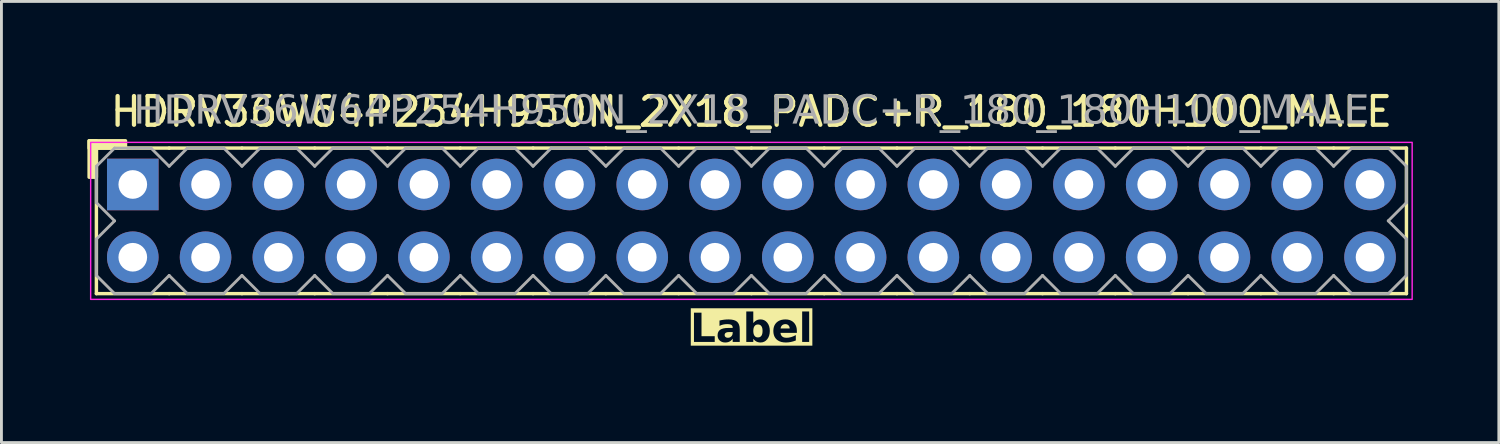
<source format=kicad_pcb>
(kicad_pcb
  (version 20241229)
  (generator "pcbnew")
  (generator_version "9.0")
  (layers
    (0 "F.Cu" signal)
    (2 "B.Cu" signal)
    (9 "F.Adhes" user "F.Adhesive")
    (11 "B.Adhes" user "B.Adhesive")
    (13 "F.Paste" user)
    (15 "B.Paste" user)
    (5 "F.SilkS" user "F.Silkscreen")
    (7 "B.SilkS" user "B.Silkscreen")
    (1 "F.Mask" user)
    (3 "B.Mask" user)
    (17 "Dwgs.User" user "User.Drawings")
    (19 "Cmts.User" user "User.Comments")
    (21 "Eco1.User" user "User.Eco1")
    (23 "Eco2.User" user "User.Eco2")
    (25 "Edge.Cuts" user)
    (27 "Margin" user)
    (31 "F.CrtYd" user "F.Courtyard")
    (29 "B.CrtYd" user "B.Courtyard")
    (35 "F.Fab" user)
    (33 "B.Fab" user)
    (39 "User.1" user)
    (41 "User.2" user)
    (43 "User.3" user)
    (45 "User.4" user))
  (footprint "HDRV36W64P254H950N_2X18_PADC+R_180_180H100_MALE"
    (layer "F.Cu")
    (at 23.174 4.658)
    (property "Reference" "HDRV36W64P254H950N_2X18_PADC+R_180_180H100_MALE" (at 0 -3.81 0) (layer "F.SilkS") (effects (font (size 1 1) (thickness 0.15))))
    (property "Label" "Label" (at 0 3.81 0) (layer "F.SilkS" knockout) (effects (font (face "Tahoma") (size 1 1) (thickness 0.2) (bold yes))))
    (attr through_hole)
    (fp_line (start -22.86 2.54) (end -22.86 -2.54) (stroke (width 0.12) (type solid)) (layer "F.SilkS"))
    (fp_line (start -20.32 -2.54) (end -22.86 -2.54) (stroke (width 0.12) (type solid)) (layer "F.SilkS"))
    (fp_line (start -20.32 2.54) (end -22.86 2.54) (stroke (width 0.12) (type solid)) (layer "F.SilkS"))
    (fp_line (start -17.78 -2.54) (end -20.32 -2.54) (stroke (width 0.12) (type solid)) (layer "F.SilkS"))
    (fp_line (start -17.78 2.54) (end -20.32 2.54) (stroke (width 0.12) (type solid)) (layer "F.SilkS"))
    (fp_line (start -15.24 -2.54) (end -17.78 -2.54) (stroke (width 0.12) (type solid)) (layer "F.SilkS"))
    (fp_line (start -15.24 2.54) (end -17.78 2.54) (stroke (width 0.12) (type solid)) (layer "F.SilkS"))
    (fp_line (start -12.7 -2.54) (end -15.24 -2.54) (stroke (width 0.12) (type solid)) (layer "F.SilkS"))
    (fp_line (start -12.7 2.54) (end -15.24 2.54) (stroke (width 0.12) (type solid)) (layer "F.SilkS"))
    (fp_line (start -10.16 -2.54) (end -12.7 -2.54) (stroke (width 0.12) (type solid)) (layer "F.SilkS"))
    (fp_line (start -10.16 2.54) (end -12.7 2.54) (stroke (width 0.12) (type solid)) (layer "F.SilkS"))
    (fp_line (start -7.62 -2.54) (end -10.16 -2.54) (stroke (width 0.12) (type solid)) (layer "F.SilkS"))
    (fp_line (start -7.62 2.54) (end -10.16 2.54) (stroke (width 0.12) (type solid)) (layer "F.SilkS"))
    (fp_line (start -5.08 -2.54) (end -7.62 -2.54) (stroke (width 0.12) (type solid)) (layer "F.SilkS"))
    (fp_line (start -5.08 2.54) (end -7.62 2.54) (stroke (width 0.12) (type solid)) (layer "F.SilkS"))
    (fp_line (start -2.54 -2.54) (end -5.08 -2.54) (stroke (width 0.12) (type solid)) (layer "F.SilkS"))
    (fp_line (start -2.54 2.54) (end -5.08 2.54) (stroke (width 0.12) (type solid)) (layer "F.SilkS"))
    (fp_line (start 0 -2.54) (end -2.54 -2.54) (stroke (width 0.12) (type solid)) (layer "F.SilkS"))
    (fp_line (start 0 2.54) (end -2.54 2.54) (stroke (width 0.12) (type solid)) (layer "F.SilkS"))
    (fp_line (start 2.54 -2.54) (end 0 -2.54) (stroke (width 0.12) (type solid)) (layer "F.SilkS"))
    (fp_line (start 2.54 2.54) (end 0 2.54) (stroke (width 0.12) (type solid)) (layer "F.SilkS"))
    (fp_line (start 5.08 -2.54) (end 2.54 -2.54) (stroke (width 0.12) (type solid)) (layer "F.SilkS"))
    (fp_line (start 5.08 2.54) (end 2.54 2.54) (stroke (width 0.12) (type solid)) (layer "F.SilkS"))
    (fp_line (start 7.62 -2.54) (end 5.08 -2.54) (stroke (width 0.12) (type solid)) (layer "F.SilkS"))
    (fp_line (start 7.62 2.54) (end 5.08 2.54) (stroke (width 0.12) (type solid)) (layer "F.SilkS"))
    (fp_line (start 10.16 -2.54) (end 7.62 -2.54) (stroke (width 0.12) (type solid)) (layer "F.SilkS"))
    (fp_line (start 10.16 2.54) (end 7.62 2.54) (stroke (width 0.12) (type solid)) (layer "F.SilkS"))
    (fp_line (start 12.7 -2.54) (end 10.16 -2.54) (stroke (width 0.12) (type solid)) (layer "F.SilkS"))
    (fp_line (start 12.7 2.54) (end 10.16 2.54) (stroke (width 0.12) (type solid)) (layer "F.SilkS"))
    (fp_line (start 15.24 -2.54) (end 12.7 -2.54) (stroke (width 0.12) (type solid)) (layer "F.SilkS"))
    (fp_line (start 15.24 2.54) (end 12.7 2.54) (stroke (width 0.12) (type solid)) (layer "F.SilkS"))
    (fp_line (start 17.78 -2.54) (end 15.24 -2.54) (stroke (width 0.12) (type solid)) (layer "F.SilkS"))
    (fp_line (start 17.78 2.54) (end 15.24 2.54) (stroke (width 0.12) (type solid)) (layer "F.SilkS"))
    (fp_line (start 20.32 -2.54) (end 17.78 -2.54) (stroke (width 0.12) (type solid)) (layer "F.SilkS"))
    (fp_line (start 20.32 2.54) (end 17.78 2.54) (stroke (width 0.12) (type solid)) (layer "F.SilkS"))
    (fp_line (start 22.86 -2.54) (end 20.32 -2.54) (stroke (width 0.12) (type solid)) (layer "F.SilkS"))
    (fp_line (start 22.86 2.54) (end 20.32 2.54) (stroke (width 0.12) (type solid)) (layer "F.SilkS"))
    (fp_line (start 22.86 2.54) (end 22.86 -2.54) (stroke (width 0.12) (type solid)) (layer "F.SilkS"))
    (fp_rect (start -23.114 -1.524) (end -22.86 -2.794) (stroke (width 0.12) (type solid)) (fill yes) (layer "F.SilkS"))
    (fp_rect (start -21.844 -2.54) (end -23.114 -2.794) (stroke (width 0.12) (type solid)) (fill yes) (layer "F.SilkS"))
    (fp_rect (start -23.06 -2.74) (end 23.06 2.74) (stroke (width 0.05) (type default)) (fill no) (layer "F.CrtYd"))
    (fp_line (start -22.86 -1.905) (end -22.86 -0.635) (stroke (width 0.1) (type solid)) (layer "F.Fab"))
    (fp_line (start -22.86 -1.905) (end -22.225 -2.54) (stroke (width 0.1) (type solid)) (layer "F.Fab"))
    (fp_line (start -22.86 0.635) (end -22.86 1.905) (stroke (width 0.1) (type solid)) (layer "F.Fab"))
    (fp_line (start -22.225 -2.54) (end -20.955 -2.54) (stroke (width 0.1) (type solid)) (layer "F.Fab"))
    (fp_line (start -22.225 0) (end -22.86 -0.635) (stroke (width 0.1) (type solid)) (layer "F.Fab"))
    (fp_line (start -22.225 0) (end -22.86 0.635) (stroke (width 0.1) (type solid)) (layer "F.Fab"))
    (fp_line (start -22.225 2.54) (end -22.86 1.905) (stroke (width 0.1) (type solid)) (layer "F.Fab"))
    (fp_line (start -20.955 -2.54) (end -20.32 -1.905) (stroke (width 0.1) (type solid)) (layer "F.Fab"))
    (fp_line (start -20.955 2.54) (end -22.225 2.54) (stroke (width 0.1) (type solid)) (layer "F.Fab"))
    (fp_line (start -20.32 -1.905) (end -19.685 -2.54) (stroke (width 0.1) (type solid)) (layer "F.Fab"))
    (fp_line (start -20.32 1.905) (end -20.955 2.54) (stroke (width 0.1) (type solid)) (layer "F.Fab"))
    (fp_line (start -19.685 -2.54) (end -18.415 -2.54) (stroke (width 0.1) (type solid)) (layer "F.Fab"))
    (fp_line (start -19.685 2.54) (end -20.32 1.905) (stroke (width 0.1) (type solid)) (layer "F.Fab"))
    (fp_line (start -18.415 -2.54) (end -17.78 -1.905) (stroke (width 0.1) (type solid)) (layer "F.Fab"))
    (fp_line (start -18.415 2.54) (end -19.685 2.54) (stroke (width 0.1) (type solid)) (layer "F.Fab"))
    (fp_line (start -17.78 -1.905) (end -17.145 -2.54) (stroke (width 0.1) (type solid)) (layer "F.Fab"))
    (fp_line (start -17.78 1.905) (end -18.415 2.54) (stroke (width 0.1) (type solid)) (layer "F.Fab"))
    (fp_line (start -17.145 -2.54) (end -15.875 -2.54) (stroke (width 0.1) (type solid)) (layer "F.Fab"))
    (fp_line (start -17.145 2.54) (end -17.78 1.905) (stroke (width 0.1) (type solid)) (layer "F.Fab"))
    (fp_line (start -15.875 -2.54) (end -15.24 -1.905) (stroke (width 0.1) (type solid)) (layer "F.Fab"))
    (fp_line (start -15.875 2.54) (end -17.145 2.54) (stroke (width 0.1) (type solid)) (layer "F.Fab"))
    (fp_line (start -15.24 -1.905) (end -14.605 -2.54) (stroke (width 0.1) (type solid)) (layer "F.Fab"))
    (fp_line (start -15.24 1.905) (end -15.875 2.54) (stroke (width 0.1) (type solid)) (layer "F.Fab"))
    (fp_line (start -14.605 -2.54) (end -13.335 -2.54) (stroke (width 0.1) (type solid)) (layer "F.Fab"))
    (fp_line (start -14.605 2.54) (end -15.24 1.905) (stroke (width 0.1) (type solid)) (layer "F.Fab"))
    (fp_line (start -13.335 -2.54) (end -12.7 -1.905) (stroke (width 0.1) (type solid)) (layer "F.Fab"))
    (fp_line (start -13.335 2.54) (end -14.605 2.54) (stroke (width 0.1) (type solid)) (layer "F.Fab"))
    (fp_line (start -12.7 -1.905) (end -12.065 -2.54) (stroke (width 0.1) (type solid)) (layer "F.Fab"))
    (fp_line (start -12.7 1.905) (end -13.335 2.54) (stroke (width 0.1) (type solid)) (layer "F.Fab"))
    (fp_line (start -12.065 -2.54) (end -10.795 -2.54) (stroke (width 0.1) (type solid)) (layer "F.Fab"))
    (fp_line (start -12.065 2.54) (end -12.7 1.905) (stroke (width 0.1) (type solid)) (layer "F.Fab"))
    (fp_line (start -10.795 -2.54) (end -10.16 -1.905) (stroke (width 0.1) (type solid)) (layer "F.Fab"))
    (fp_line (start -10.795 2.54) (end -12.065 2.54) (stroke (width 0.1) (type solid)) (layer "F.Fab"))
    (fp_line (start -10.16 -1.905) (end -9.525 -2.54) (stroke (width 0.1) (type solid)) (layer "F.Fab"))
    (fp_line (start -10.16 1.905) (end -10.795 2.54) (stroke (width 0.1) (type solid)) (layer "F.Fab"))
    (fp_line (start -9.525 -2.54) (end -8.255 -2.54) (stroke (width 0.1) (type solid)) (layer "F.Fab"))
    (fp_line (start -9.525 2.54) (end -10.16 1.905) (stroke (width 0.1) (type solid)) (layer "F.Fab"))
    (fp_line (start -8.255 -2.54) (end -7.62 -1.905) (stroke (width 0.1) (type solid)) (layer "F.Fab"))
    (fp_line (start -8.255 2.54) (end -9.525 2.54) (stroke (width 0.1) (type solid)) (layer "F.Fab"))
    (fp_line (start -7.62 -1.905) (end -6.985 -2.54) (stroke (width 0.1) (type solid)) (layer "F.Fab"))
    (fp_line (start -7.62 1.905) (end -8.255 2.54) (stroke (width 0.1) (type solid)) (layer "F.Fab"))
    (fp_line (start -6.985 -2.54) (end -5.715 -2.54) (stroke (width 0.1) (type solid)) (layer "F.Fab"))
    (fp_line (start -6.985 2.54) (end -7.62 1.905) (stroke (width 0.1) (type solid)) (layer "F.Fab"))
    (fp_line (start -5.715 -2.54) (end -5.08 -1.905) (stroke (width 0.1) (type solid)) (layer "F.Fab"))
    (fp_line (start -5.715 2.54) (end -6.985 2.54) (stroke (width 0.1) (type solid)) (layer "F.Fab"))
    (fp_line (start -5.08 -1.905) (end -4.445 -2.54) (stroke (width 0.1) (type solid)) (layer "F.Fab"))
    (fp_line (start -5.08 1.905) (end -5.715 2.54) (stroke (width 0.1) (type solid)) (layer "F.Fab"))
    (fp_line (start -4.445 -2.54) (end -3.175 -2.54) (stroke (width 0.1) (type solid)) (layer "F.Fab"))
    (fp_line (start -4.445 2.54) (end -5.08 1.905) (stroke (width 0.1) (type solid)) (layer "F.Fab"))
    (fp_line (start -3.175 -2.54) (end -2.54 -1.905) (stroke (width 0.1) (type solid)) (layer "F.Fab"))
    (fp_line (start -3.175 2.54) (end -4.445 2.54) (stroke (width 0.1) (type solid)) (layer "F.Fab"))
    (fp_line (start -2.54 -1.905) (end -1.905 -2.54) (stroke (width 0.1) (type solid)) (layer "F.Fab"))
    (fp_line (start -2.54 1.905) (end -3.175 2.54) (stroke (width 0.1) (type solid)) (layer "F.Fab"))
    (fp_line (start -1.905 -2.54) (end -0.635 -2.54) (stroke (width 0.1) (type solid)) (layer "F.Fab"))
    (fp_line (start -1.905 2.54) (end -2.54 1.905) (stroke (width 0.1) (type solid)) (layer "F.Fab"))
    (fp_line (start -0.635 -2.54) (end 0 -1.905) (stroke (width 0.1) (type solid)) (layer "F.Fab"))
    (fp_line (start -0.635 2.54) (end -1.905 2.54) (stroke (width 0.1) (type solid)) (layer "F.Fab"))
    (fp_line (start 0 -1.905) (end 0.635 -2.54) (stroke (width 0.1) (type solid)) (layer "F.Fab"))
    (fp_line (start 0 1.905) (end -0.635 2.54) (stroke (width 0.1) (type solid)) (layer "F.Fab"))
    (fp_line (start 0.635 -2.54) (end 1.905 -2.54) (stroke (width 0.1) (type solid)) (layer "F.Fab"))
    (fp_line (start 0.635 2.54) (end 0 1.905) (stroke (width 0.1) (type solid)) (layer "F.Fab"))
    (fp_line (start 1.905 -2.54) (end 2.54 -1.905) (stroke (width 0.1) (type solid)) (layer "F.Fab"))
    (fp_line (start 1.905 2.54) (end 0.635 2.54) (stroke (width 0.1) (type solid)) (layer "F.Fab"))
    (fp_line (start 2.54 -1.905) (end 3.175 -2.54) (stroke (width 0.1) (type solid)) (layer "F.Fab"))
    (fp_line (start 2.54 1.905) (end 1.905 2.54) (stroke (width 0.1) (type solid)) (layer "F.Fab"))
    (fp_line (start 3.175 -2.54) (end 4.445 -2.54) (stroke (width 0.1) (type solid)) (layer "F.Fab"))
    (fp_line (start 3.175 2.54) (end 2.54 1.905) (stroke (width 0.1) (type solid)) (layer "F.Fab"))
    (fp_line (start 4.445 -2.54) (end 5.08 -1.905) (stroke (width 0.1) (type solid)) (layer "F.Fab"))
    (fp_line (start 4.445 2.54) (end 3.175 2.54) (stroke (width 0.1) (type solid)) (layer "F.Fab"))
    (fp_line (start 5.08 -1.905) (end 5.715 -2.54) (stroke (width 0.1) (type solid)) (layer "F.Fab"))
    (fp_line (start 5.08 1.905) (end 4.445 2.54) (stroke (width 0.1) (type solid)) (layer "F.Fab"))
    (fp_line (start 5.715 -2.54) (end 6.985 -2.54) (stroke (width 0.1) (type solid)) (layer "F.Fab"))
    (fp_line (start 5.715 2.54) (end 5.08 1.905) (stroke (width 0.1) (type solid)) (layer "F.Fab"))
    (fp_line (start 6.985 -2.54) (end 7.62 -1.905) (stroke (width 0.1) (type solid)) (layer "F.Fab"))
    (fp_line (start 6.985 2.54) (end 5.715 2.54) (stroke (width 0.1) (type solid)) (layer "F.Fab"))
    (fp_line (start 7.62 -1.905) (end 8.255 -2.54) (stroke (width 0.1) (type solid)) (layer "F.Fab"))
    (fp_line (start 7.62 1.905) (end 6.985 2.54) (stroke (width 0.1) (type solid)) (layer "F.Fab"))
    (fp_line (start 8.255 -2.54) (end 9.525 -2.54) (stroke (width 0.1) (type solid)) (layer "F.Fab"))
    (fp_line (start 8.255 2.54) (end 7.62 1.905) (stroke (width 0.1) (type solid)) (layer "F.Fab"))
    (fp_line (start 9.525 -2.54) (end 10.16 -1.905) (stroke (width 0.1) (type solid)) (layer "F.Fab"))
    (fp_line (start 9.525 2.54) (end 8.255 2.54) (stroke (width 0.1) (type solid)) (layer "F.Fab"))
    (fp_line (start 10.16 -1.905) (end 10.795 -2.54) (stroke (width 0.1) (type solid)) (layer "F.Fab"))
    (fp_line (start 10.16 1.905) (end 9.525 2.54) (stroke (width 0.1) (type solid)) (layer "F.Fab"))
    (fp_line (start 10.795 -2.54) (end 12.065 -2.54) (stroke (width 0.1) (type solid)) (layer "F.Fab"))
    (fp_line (start 10.795 2.54) (end 10.16 1.905) (stroke (width 0.1) (type solid)) (layer "F.Fab"))
    (fp_line (start 12.065 -2.54) (end 12.7 -1.905) (stroke (width 0.1) (type solid)) (layer "F.Fab"))
    (fp_line (start 12.065 2.54) (end 10.795 2.54) (stroke (width 0.1) (type solid)) (layer "F.Fab"))
    (fp_line (start 12.7 -1.905) (end 13.335 -2.54) (stroke (width 0.1) (type solid)) (layer "F.Fab"))
    (fp_line (start 12.7 1.905) (end 12.065 2.54) (stroke (width 0.1) (type solid)) (layer "F.Fab"))
    (fp_line (start 13.335 -2.54) (end 14.605 -2.54) (stroke (width 0.1) (type solid)) (layer "F.Fab"))
    (fp_line (start 13.335 2.54) (end 12.7 1.905) (stroke (width 0.1) (type solid)) (layer "F.Fab"))
    (fp_line (start 14.605 -2.54) (end 15.24 -1.905) (stroke (width 0.1) (type solid)) (layer "F.Fab"))
    (fp_line (start 14.605 2.54) (end 13.335 2.54) (stroke (width 0.1) (type solid)) (layer "F.Fab"))
    (fp_line (start 15.24 -1.905) (end 15.875 -2.54) (stroke (width 0.1) (type solid)) (layer "F.Fab"))
    (fp_line (start 15.24 1.905) (end 14.605 2.54) (stroke (width 0.1) (type solid)) (layer "F.Fab"))
    (fp_line (start 15.875 -2.54) (end 17.145 -2.54) (stroke (width 0.1) (type solid)) (layer "F.Fab"))
    (fp_line (start 15.875 2.54) (end 15.24 1.905) (stroke (width 0.1) (type solid)) (layer "F.Fab"))
    (fp_line (start 17.145 -2.54) (end 17.78 -1.905) (stroke (width 0.1) (type solid)) (layer "F.Fab"))
    (fp_line (start 17.145 2.54) (end 15.875 2.54) (stroke (width 0.1) (type solid)) (layer "F.Fab"))
    (fp_line (start 17.78 -1.905) (end 18.415 -2.54) (stroke (width 0.1) (type solid)) (layer "F.Fab"))
    (fp_line (start 17.78 1.905) (end 17.145 2.54) (stroke (width 0.1) (type solid)) (layer "F.Fab"))
    (fp_line (start 18.415 -2.54) (end 19.685 -2.54) (stroke (width 0.1) (type solid)) (layer "F.Fab"))
    (fp_line (start 18.415 2.54) (end 17.78 1.905) (stroke (width 0.1) (type solid)) (layer "F.Fab"))
    (fp_line (start 19.685 -2.54) (end 20.32 -1.905) (stroke (width 0.1) (type solid)) (layer "F.Fab"))
    (fp_line (start 19.685 2.54) (end 18.415 2.54) (stroke (width 0.1) (type solid)) (layer "F.Fab"))
    (fp_line (start 20.32 -1.905) (end 20.955 -2.54) (stroke (width 0.1) (type solid)) (layer "F.Fab"))
    (fp_line (start 20.32 1.905) (end 19.685 2.54) (stroke (width 0.1) (type solid)) (layer "F.Fab"))
    (fp_line (start 20.955 -2.54) (end 22.225 -2.54) (stroke (width 0.1) (type solid)) (layer "F.Fab"))
    (fp_line (start 20.955 2.54) (end 20.32 1.905) (stroke (width 0.1) (type solid)) (layer "F.Fab"))
    (fp_line (start 22.225 -2.54) (end 22.86 -1.905) (stroke (width 0.1) (type solid)) (layer "F.Fab"))
    (fp_line (start 22.225 0) (end 22.86 0.635) (stroke (width 0.1) (type solid)) (layer "F.Fab"))
    (fp_line (start 22.225 2.54) (end 20.955 2.54) (stroke (width 0.1) (type solid)) (layer "F.Fab"))
    (fp_line (start 22.86 -1.905) (end 22.86 -0.635) (stroke (width 0.1) (type solid)) (layer "F.Fab"))
    (fp_line (start 22.86 -0.635) (end 22.225 0) (stroke (width 0.1) (type solid)) (layer "F.Fab"))
    (fp_line (start 22.86 0.635) (end 22.86 1.905) (stroke (width 0.1) (type solid)) (layer "F.Fab"))
    (fp_line (start 22.86 1.905) (end 22.225 2.54) (stroke (width 0.1) (type solid)) (layer "F.Fab"))
    (fp_rect (start -21.336 -1.524) (end -21.844 -1.016) (stroke (width 0.1) (type solid)) (fill no) (layer "F.Fab"))
    (fp_rect (start -21.336 1.016) (end -21.844 1.524) (stroke (width 0.1) (type solid)) (fill no) (layer "F.Fab"))
    (fp_rect (start -18.796 -1.524) (end -19.304 -1.016) (stroke (width 0.1) (type solid)) (fill no) (layer "F.Fab"))
    (fp_rect (start -18.796 1.016) (end -19.304 1.524) (stroke (width 0.1) (type solid)) (fill no) (layer "F.Fab"))
    (fp_rect (start -16.256 -1.524) (end -16.764 -1.016) (stroke (width 0.1) (type solid)) (fill no) (layer "F.Fab"))
    (fp_rect (start -16.256 1.016) (end -16.764 1.524) (stroke (width 0.1) (type solid)) (fill no) (layer "F.Fab"))
    (fp_rect (start -13.716 -1.524) (end -14.224 -1.016) (stroke (width 0.1) (type solid)) (fill no) (layer "F.Fab"))
    (fp_rect (start -13.716 1.016) (end -14.224 1.524) (stroke (width 0.1) (type solid)) (fill no) (layer "F.Fab"))
    (fp_rect (start -11.176 -1.524) (end -11.684 -1.016) (stroke (width 0.1) (type solid)) (fill no) (layer "F.Fab"))
    (fp_rect (start -11.176 1.016) (end -11.684 1.524) (stroke (width 0.1) (type solid)) (fill no) (layer "F.Fab"))
    (fp_rect (start -8.636 -1.524) (end -9.144 -1.016) (stroke (width 0.1) (type solid)) (fill no) (layer "F.Fab"))
    (fp_rect (start -8.636 1.016) (end -9.144 1.524) (stroke (width 0.1) (type solid)) (fill no) (layer "F.Fab"))
    (fp_rect (start -6.096 -1.524) (end -6.604 -1.016) (stroke (width 0.1) (type solid)) (fill no) (layer "F.Fab"))
    (fp_rect (start -6.096 1.016) (end -6.604 1.524) (stroke (width 0.1) (type solid)) (fill no) (layer "F.Fab"))
    (fp_rect (start -3.556 -1.524) (end -4.064 -1.016) (stroke (width 0.1) (type solid)) (fill no) (layer "F.Fab"))
    (fp_rect (start -3.556 1.016) (end -4.064 1.524) (stroke (width 0.1) (type solid)) (fill no) (layer "F.Fab"))
    (fp_rect (start -1.016 -1.524) (end -1.524 -1.016) (stroke (width 0.1) (type solid)) (fill no) (layer "F.Fab"))
    (fp_rect (start -1.016 1.016) (end -1.524 1.524) (stroke (width 0.1) (type solid)) (fill no) (layer "F.Fab"))
    (fp_rect (start 1.524 -1.524) (end 1.016 -1.016) (stroke (width 0.1) (type solid)) (fill no) (layer "F.Fab"))
    (fp_rect (start 1.524 1.016) (end 1.016 1.524) (stroke (width 0.1) (type solid)) (fill no) (layer "F.Fab"))
    (fp_rect (start 4.064 -1.524) (end 3.556 -1.016) (stroke (width 0.1) (type solid)) (fill no) (layer "F.Fab"))
    (fp_rect (start 4.064 1.016) (end 3.556 1.524) (stroke (width 0.1) (type solid)) (fill no) (layer "F.Fab"))
    (fp_rect (start 6.604 -1.524) (end 6.096 -1.016) (stroke (width 0.1) (type solid)) (fill no) (layer "F.Fab"))
    (fp_rect (start 6.604 1.016) (end 6.096 1.524) (stroke (width 0.1) (type solid)) (fill no) (layer "F.Fab"))
    (fp_rect (start 9.144 -1.524) (end 8.636 -1.016) (stroke (width 0.1) (type solid)) (fill no) (layer "F.Fab"))
    (fp_rect (start 9.144 1.016) (end 8.636 1.524) (stroke (width 0.1) (type solid)) (fill no) (layer "F.Fab"))
    (fp_rect (start 11.684 -1.524) (end 11.176 -1.016) (stroke (width 0.1) (type solid)) (fill no) (layer "F.Fab"))
    (fp_rect (start 11.684 1.016) (end 11.176 1.524) (stroke (width 0.1) (type solid)) (fill no) (layer "F.Fab"))
    (fp_rect (start 14.224 -1.524) (end 13.716 -1.016) (stroke (width 0.1) (type solid)) (fill no) (layer "F.Fab"))
    (fp_rect (start 14.224 1.016) (end 13.716 1.524) (stroke (width 0.1) (type solid)) (fill no) (layer "F.Fab"))
    (fp_rect (start 16.764 -1.524) (end 16.256 -1.016) (stroke (width 0.1) (type solid)) (fill no) (layer "F.Fab"))
    (fp_rect (start 16.764 1.016) (end 16.256 1.524) (stroke (width 0.1) (type solid)) (fill no) (layer "F.Fab"))
    (fp_rect (start 19.304 -1.524) (end 18.796 -1.016) (stroke (width 0.1) (type solid)) (fill no) (layer "F.Fab"))
    (fp_rect (start 19.304 1.016) (end 18.796 1.524) (stroke (width 0.1) (type solid)) (fill no) (layer "F.Fab"))
    (fp_rect (start 21.844 -1.524) (end 21.336 -1.016) (stroke (width 0.1) (type solid)) (fill no) (layer "F.Fab"))
    (fp_rect (start 21.844 1.016) (end 21.336 1.524) (stroke (width 0.1) (type solid)) (fill no) (layer "F.Fab"))
    (fp_text user "${REFERENCE}" (at 0 -3.81 0) (layer "F.Fab") (effects (font (face "Tahoma") (size 1 1) (thickness 0.15))))
    (pad "1" thru_hole rect (at -21.59 -1.27) (size 1.8 1.8) (drill 1) (layers "*.Cu" "*.Mask"))
    (pad "2" thru_hole circle (at -21.59 1.27) (size 1.8 1.8) (drill 1) (layers "*.Cu" "*.Mask"))
    (pad "3" thru_hole circle (at -19.05 -1.27) (size 1.8 1.8) (drill 1) (layers "*.Cu" "*.Mask"))
    (pad "4" thru_hole circle (at -19.05 1.27) (size 1.8 1.8) (drill 1) (layers "*.Cu" "*.Mask"))
    (pad "5" thru_hole circle (at -16.51 -1.27) (size 1.8 1.8) (drill 1) (layers "*.Cu" "*.Mask"))
    (pad "6" thru_hole circle (at -16.51 1.27) (size 1.8 1.8) (drill 1) (layers "*.Cu" "*.Mask"))
    (pad "7" thru_hole circle (at -13.97 -1.27) (size 1.8 1.8) (drill 1) (layers "*.Cu" "*.Mask"))
    (pad "8" thru_hole circle (at -13.97 1.27) (size 1.8 1.8) (drill 1) (layers "*.Cu" "*.Mask"))
    (pad "9" thru_hole circle (at -11.43 -1.27) (size 1.8 1.8) (drill 1) (layers "*.Cu" "*.Mask"))
    (pad "10" thru_hole circle (at -11.43 1.27) (size 1.8 1.8) (drill 1) (layers "*.Cu" "*.Mask"))
    (pad "11" thru_hole circle (at -8.89 -1.27) (size 1.8 1.8) (drill 1) (layers "*.Cu" "*.Mask"))
    (pad "12" thru_hole circle (at -8.89 1.27) (size 1.8 1.8) (drill 1) (layers "*.Cu" "*.Mask"))
    (pad "13" thru_hole circle (at -6.35 -1.27) (size 1.8 1.8) (drill 1) (layers "*.Cu" "*.Mask"))
    (pad "14" thru_hole circle (at -6.35 1.27) (size 1.8 1.8) (drill 1) (layers "*.Cu" "*.Mask"))
    (pad "15" thru_hole circle (at -3.81 -1.27) (size 1.8 1.8) (drill 1) (layers "*.Cu" "*.Mask"))
    (pad "16" thru_hole circle (at -3.81 1.27) (size 1.8 1.8) (drill 1) (layers "*.Cu" "*.Mask"))
    (pad "17" thru_hole circle (at -1.27 -1.27) (size 1.8 1.8) (drill 1) (layers "*.Cu" "*.Mask"))
    (pad "18" thru_hole circle (at -1.27 1.27) (size 1.8 1.8) (drill 1) (layers "*.Cu" "*.Mask"))
    (pad "19" thru_hole circle (at 1.27 -1.27) (size 1.8 1.8) (drill 1) (layers "*.Cu" "*.Mask"))
    (pad "20" thru_hole circle (at 1.27 1.27) (size 1.8 1.8) (drill 1) (layers "*.Cu" "*.Mask"))
    (pad "21" thru_hole circle (at 3.81 -1.27) (size 1.8 1.8) (drill 1) (layers "*.Cu" "*.Mask"))
    (pad "22" thru_hole circle (at 3.81 1.27) (size 1.8 1.8) (drill 1) (layers "*.Cu" "*.Mask"))
    (pad "23" thru_hole circle (at 6.35 -1.27) (size 1.8 1.8) (drill 1) (layers "*.Cu" "*.Mask"))
    (pad "24" thru_hole circle (at 6.35 1.27) (size 1.8 1.8) (drill 1) (layers "*.Cu" "*.Mask"))
    (pad "25" thru_hole circle (at 8.89 -1.27) (size 1.8 1.8) (drill 1) (layers "*.Cu" "*.Mask"))
    (pad "26" thru_hole circle (at 8.89 1.27) (size 1.8 1.8) (drill 1) (layers "*.Cu" "*.Mask"))
    (pad "27" thru_hole circle (at 11.43 -1.27) (size 1.8 1.8) (drill 1) (layers "*.Cu" "*.Mask"))
    (pad "28" thru_hole circle (at 11.43 1.27) (size 1.8 1.8) (drill 1) (layers "*.Cu" "*.Mask"))
    (pad "29" thru_hole circle (at 13.97 -1.27) (size 1.8 1.8) (drill 1) (layers "*.Cu" "*.Mask"))
    (pad "30" thru_hole circle (at 13.97 1.27) (size 1.8 1.8) (drill 1) (layers "*.Cu" "*.Mask"))
    (pad "31" thru_hole circle (at 16.51 -1.27) (size 1.8 1.8) (drill 1) (layers "*.Cu" "*.Mask"))
    (pad "32" thru_hole circle (at 16.51 1.27) (size 1.8 1.8) (drill 1) (layers "*.Cu" "*.Mask"))
    (pad "33" thru_hole circle (at 19.05 -1.27) (size 1.8 1.8) (drill 1) (layers "*.Cu" "*.Mask"))
    (pad "34" thru_hole circle (at 19.05 1.27) (size 1.8 1.8) (drill 1) (layers "*.Cu" "*.Mask"))
    (pad "35" thru_hole circle (at 21.59 -1.27) (size 1.8 1.8) (drill 1) (layers "*.Cu" "*.Mask"))
    (pad "36" thru_hole circle (at 21.59 1.27) (size 1.8 1.8) (drill 1) (layers "*.Cu" "*.Mask")))
  (gr_rect
    (start -3 -3)
    (end 49.259 12.396)
    (stroke (width 0.1) (type default))
    (fill no)
    (layer "Edge.Cuts")))
</source>
